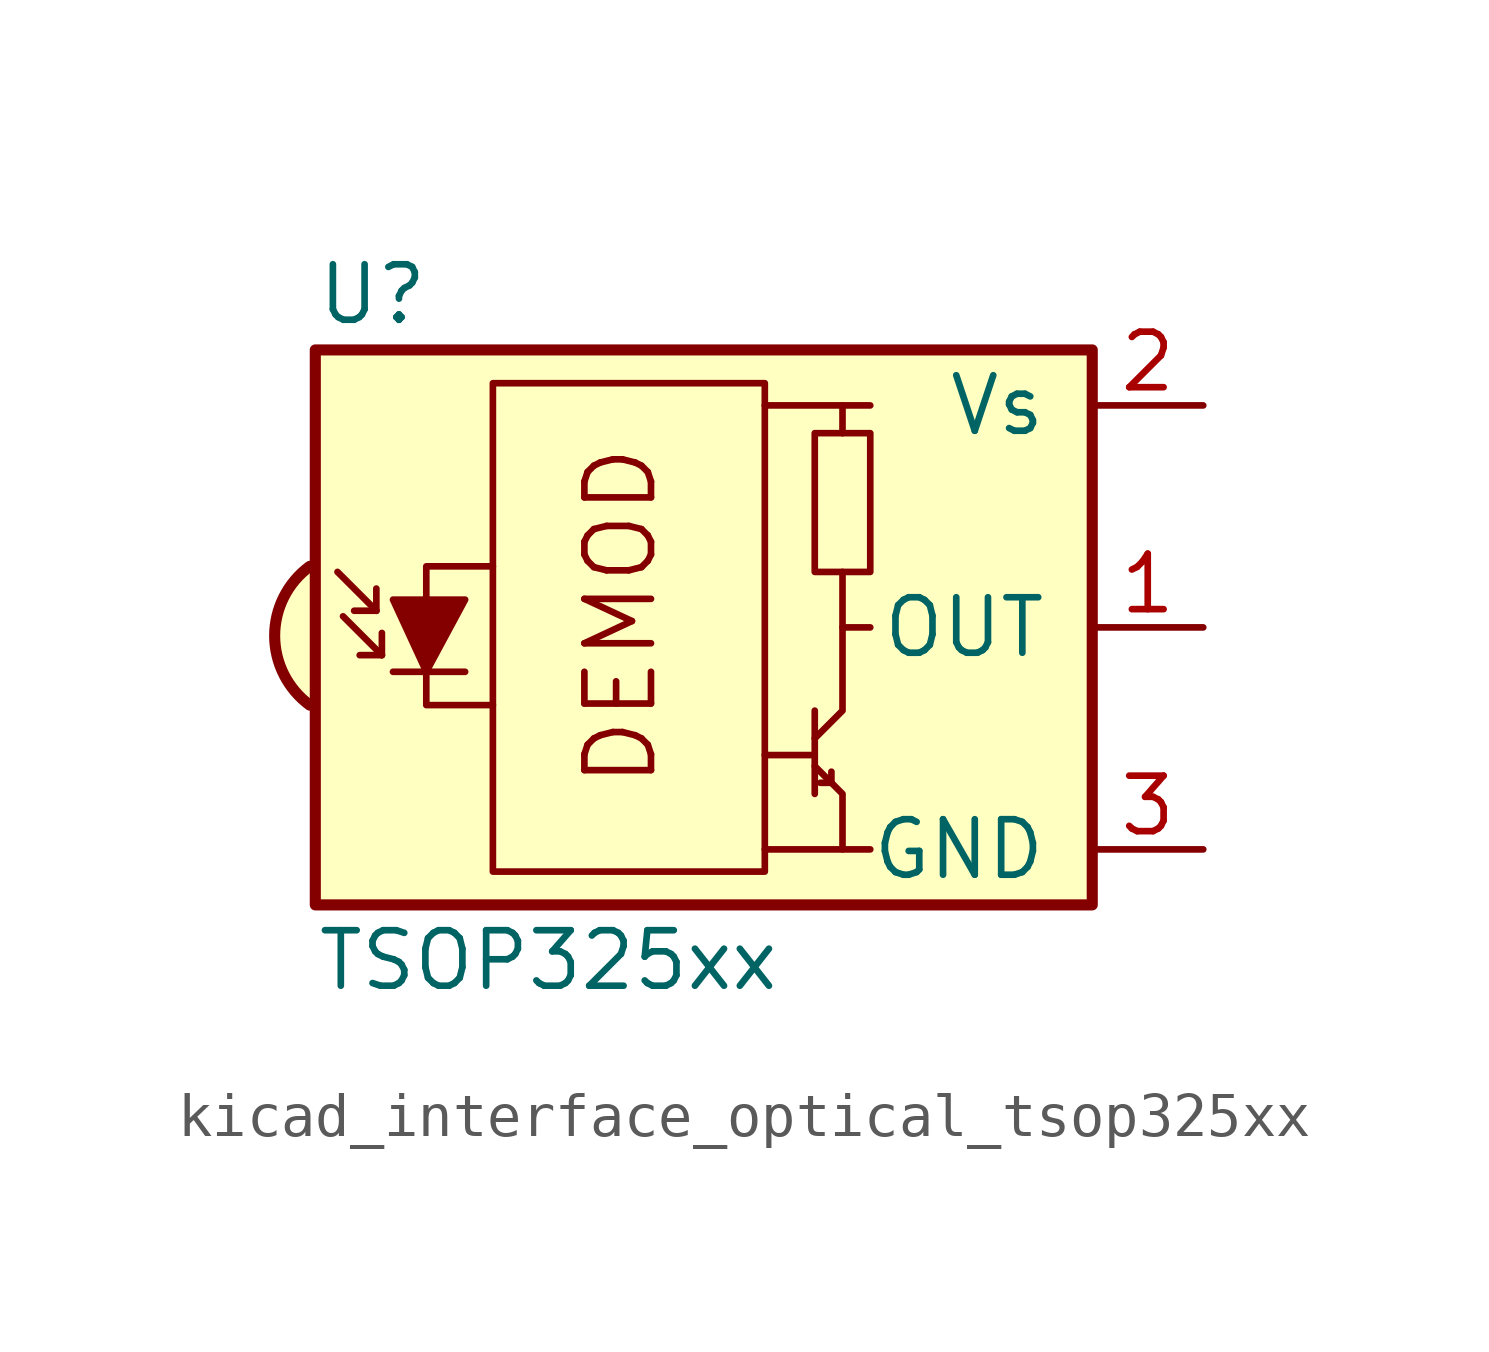
<source format=kicad_sym>
(kicad_symbol_lib
  (version 20220914)
  (generator kicad_symbol_editor)
  (symbol "kicad_interface_optical_tsop325xx"
    (pin_names
      (offset 1.016))
    (property "Reference" "U"
      (at -10.16 7.62 0)
      (effects (font (size 1.27 1.27)) (justify left)))
    (property "Value" "TSOP325xx"
      (at -10.16 -7.62 0)
      (effects (font (size 1.27 1.27)) (justify left)))
    (symbol "kicad_interface_optical_tsop325xx_0_0"
      (arc (start -10.287 1.397) (mid -11.0899 -0.1852) (end -10.287 -1.778) (stroke (width 0.254) (type default)) (fill (type background)))
      (polyline (pts (xy 1.905 -5.08) (xy 0.127 -5.08)) (stroke (width 0) (type default)) (fill (type none)))
      (polyline (pts (xy 1.905 5.08) (xy 0.127 5.08)) (stroke (width 0) (type default)) (fill (type none)))
      (text "DEMOD" (at -3.175 0.254 900) (effects (font (size 1.524 1.524)))))
    (symbol "kicad_interface_optical_tsop325xx_0_1"
      (rectangle (start -6.096 5.588) (end 0.127 -5.588) (stroke (width 0) (type default)) (fill (type none)))
      (polyline (pts (xy -8.763 0.381) (xy -9.652 1.27)) (stroke (width 0) (type default)) (fill (type none)))
      (polyline (pts (xy -8.763 0.381) (xy -9.271 0.381)) (stroke (width 0) (type default)) (fill (type none)))
      (polyline (pts (xy -8.763 0.381) (xy -8.763 0.889)) (stroke (width 0) (type default)) (fill (type none)))
      (polyline (pts (xy -8.636 -0.635) (xy -9.525 0.254)) (stroke (width 0) (type default)) (fill (type none)))
      (polyline (pts (xy -8.636 -0.635) (xy -9.144 -0.635)) (stroke (width 0) (type default)) (fill (type none)))
      (polyline (pts (xy -8.636 -0.635) (xy -8.636 -0.127)) (stroke (width 0) (type default)) (fill (type none)))
      (polyline (pts (xy -8.382 -1.016) (xy -6.731 -1.016)) (stroke (width 0) (type default)) (fill (type none)))
      (polyline (pts (xy 1.27 -2.921) (xy 0.127 -2.921)) (stroke (width 0) (type default)) (fill (type none)))
      (polyline (pts (xy 1.27 -1.905) (xy 1.27 -3.81)) (stroke (width 0) (type default)) (fill (type none)))
      (polyline (pts (xy 1.397 -3.556) (xy 1.524 -3.556)) (stroke (width 0) (type default)) (fill (type none)))
      (polyline (pts (xy 1.651 -3.556) (xy 1.524 -3.556)) (stroke (width 0) (type default)) (fill (type none)))
      (polyline (pts (xy 1.651 -3.556) (xy 1.651 -3.302)) (stroke (width 0) (type default)) (fill (type none)))
      (polyline (pts (xy 1.905 0) (xy 1.905 1.27)) (stroke (width 0) (type default)) (fill (type none)))
      (polyline (pts (xy 1.905 4.445) (xy 1.905 5.08) (xy 2.54 5.08)) (stroke (width 0) (type default)) (fill (type none)))
      (polyline (pts (xy -8.382 0.635) (xy -6.731 0.635) (xy -7.62 -1.016) (xy -8.382 0.635)) (stroke (width 0) (type default)) (fill (type outline)))
      (polyline (pts (xy -6.096 1.397) (xy -7.62 1.397) (xy -7.62 -1.778) (xy -6.096 -1.778)) (stroke (width 0) (type default)) (fill (type none)))
      (polyline (pts (xy 1.27 -3.175) (xy 1.905 -3.81) (xy 1.905 -5.08) (xy 2.54 -5.08)) (stroke (width 0) (type default)) (fill (type none)))
      (polyline (pts (xy 1.27 -2.54) (xy 1.905 -1.905) (xy 1.905 0) (xy 2.54 0)) (stroke (width 0) (type default)) (fill (type none)))
      (rectangle (start 2.54 1.27) (end 1.27 4.445) (stroke (width 0) (type default)) (fill (type none)))
      (rectangle (start 7.62 6.35) (end -10.16 -6.35) (stroke (width 0.254) (type default)) (fill (type background))))
    (symbol "kicad_interface_optical_tsop325xx_1_1"
      (pin output line (at 10.16 0 180) (length 2.54) (name "OUT" (effects (font (size 1.27 1.27)))) (number "1" (effects (font (size 1.27 1.27)))))
      (pin power_in line (at 10.16 5.08 180) (length 2.54) (name "Vs" (effects (font (size 1.27 1.27)))) (number "2" (effects (font (size 1.27 1.27)))))
      (pin power_in line (at 10.16 -5.08 180) (length 2.54) (name "GND" (effects (font (size 1.27 1.27)))) (number "3" (effects (font (size 1.27 1.27))))))))
</source>
